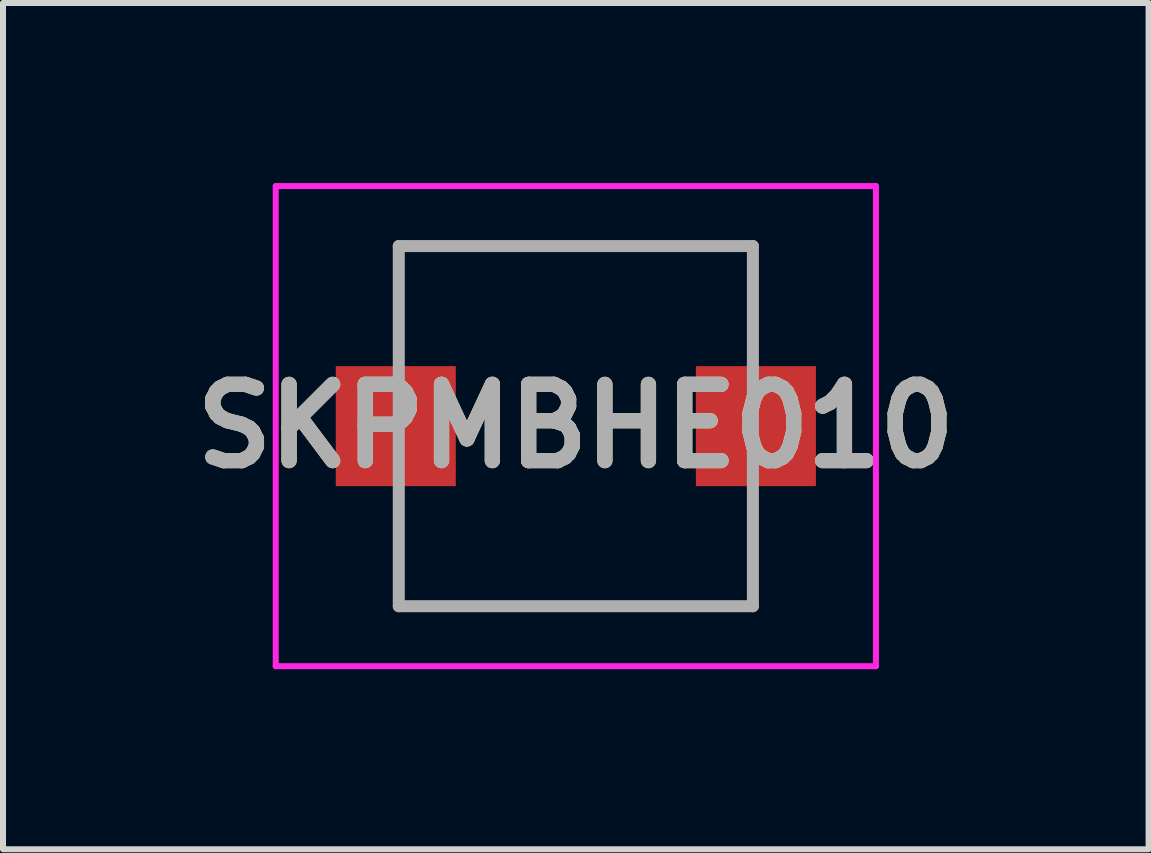
<source format=kicad_pcb>
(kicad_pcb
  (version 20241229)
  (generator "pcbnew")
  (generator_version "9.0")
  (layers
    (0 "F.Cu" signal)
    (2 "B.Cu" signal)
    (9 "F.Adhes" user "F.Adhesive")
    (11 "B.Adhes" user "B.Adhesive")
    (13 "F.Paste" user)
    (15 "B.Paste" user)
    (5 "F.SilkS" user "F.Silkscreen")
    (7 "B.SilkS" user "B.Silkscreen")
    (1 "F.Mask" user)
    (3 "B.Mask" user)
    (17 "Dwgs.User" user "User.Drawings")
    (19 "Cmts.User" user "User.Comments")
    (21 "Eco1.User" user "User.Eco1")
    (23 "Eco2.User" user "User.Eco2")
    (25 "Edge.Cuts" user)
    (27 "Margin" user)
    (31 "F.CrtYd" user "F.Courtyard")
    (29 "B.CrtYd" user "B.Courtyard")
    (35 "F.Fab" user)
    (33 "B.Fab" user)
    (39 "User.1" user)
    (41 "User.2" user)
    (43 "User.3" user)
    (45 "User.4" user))
  (footprint "SKPMBHE010"
    (layer "F.Cu")
    (at 6.544 4.05)
    (property "Reference" "SKPMBHE010" (at 0 0 0) (layer "F.SilkS") (effects (font (size 1.27 1.27) (thickness 0.254))))
    (attr smd)
    (fp_line (start -2.95 -3) (end 2.95 -3) (stroke (width 0.1) (type solid)) (layer "F.SilkS"))
    (fp_line (start -2.95 -1.4) (end -2.95 -3) (stroke (width 0.1) (type solid)) (layer "F.SilkS"))
    (fp_line (start -2.95 1.4) (end -2.95 3) (stroke (width 0.1) (type solid)) (layer "F.SilkS"))
    (fp_line (start -2.95 3) (end 2.95 3) (stroke (width 0.1) (type solid)) (layer "F.SilkS"))
    (fp_line (start 2.95 -3) (end 2.95 -1.4) (stroke (width 0.1) (type solid)) (layer "F.SilkS"))
    (fp_line (start 2.95 3) (end 2.95 1.4) (stroke (width 0.1) (type solid)) (layer "F.SilkS"))
    (fp_line (start -5 -4) (end 5 -4) (stroke (width 0.1) (type solid)) (layer "F.CrtYd"))
    (fp_line (start -5 4) (end -5 -4) (stroke (width 0.1) (type solid)) (layer "F.CrtYd"))
    (fp_line (start 5 -4) (end 5 4) (stroke (width 0.1) (type solid)) (layer "F.CrtYd"))
    (fp_line (start 5 4) (end -5 4) (stroke (width 0.1) (type solid)) (layer "F.CrtYd"))
    (fp_line (start -2.95 -3) (end 2.95 -3) (stroke (width 0.2) (type solid)) (layer "F.Fab"))
    (fp_line (start -2.95 3) (end -2.95 -3) (stroke (width 0.2) (type solid)) (layer "F.Fab"))
    (fp_line (start 2.95 -3) (end 2.95 3) (stroke (width 0.2) (type solid)) (layer "F.Fab"))
    (fp_line (start 2.95 3) (end -2.95 3) (stroke (width 0.2) (type solid)) (layer "F.Fab"))
    (fp_text user "${REFERENCE}" (at 0 0 0) (layer "F.Fab") (effects (font (size 1.27 1.27) (thickness 0.254))))
    (pad "1" smd rect (at -3 0 90) (size 2 2) (layers "F.Cu" "F.Mask" "F.Paste"))
    (pad "2" smd rect (at 3 0 90) (size 2 2) (layers "F.Cu" "F.Mask" "F.Paste")))
  (gr_rect
    (start -3 -3)
    (end 16.087 11.1)
    (stroke (width 0.1) (type default))
    (fill no)
    (layer "Edge.Cuts")))
</source>
